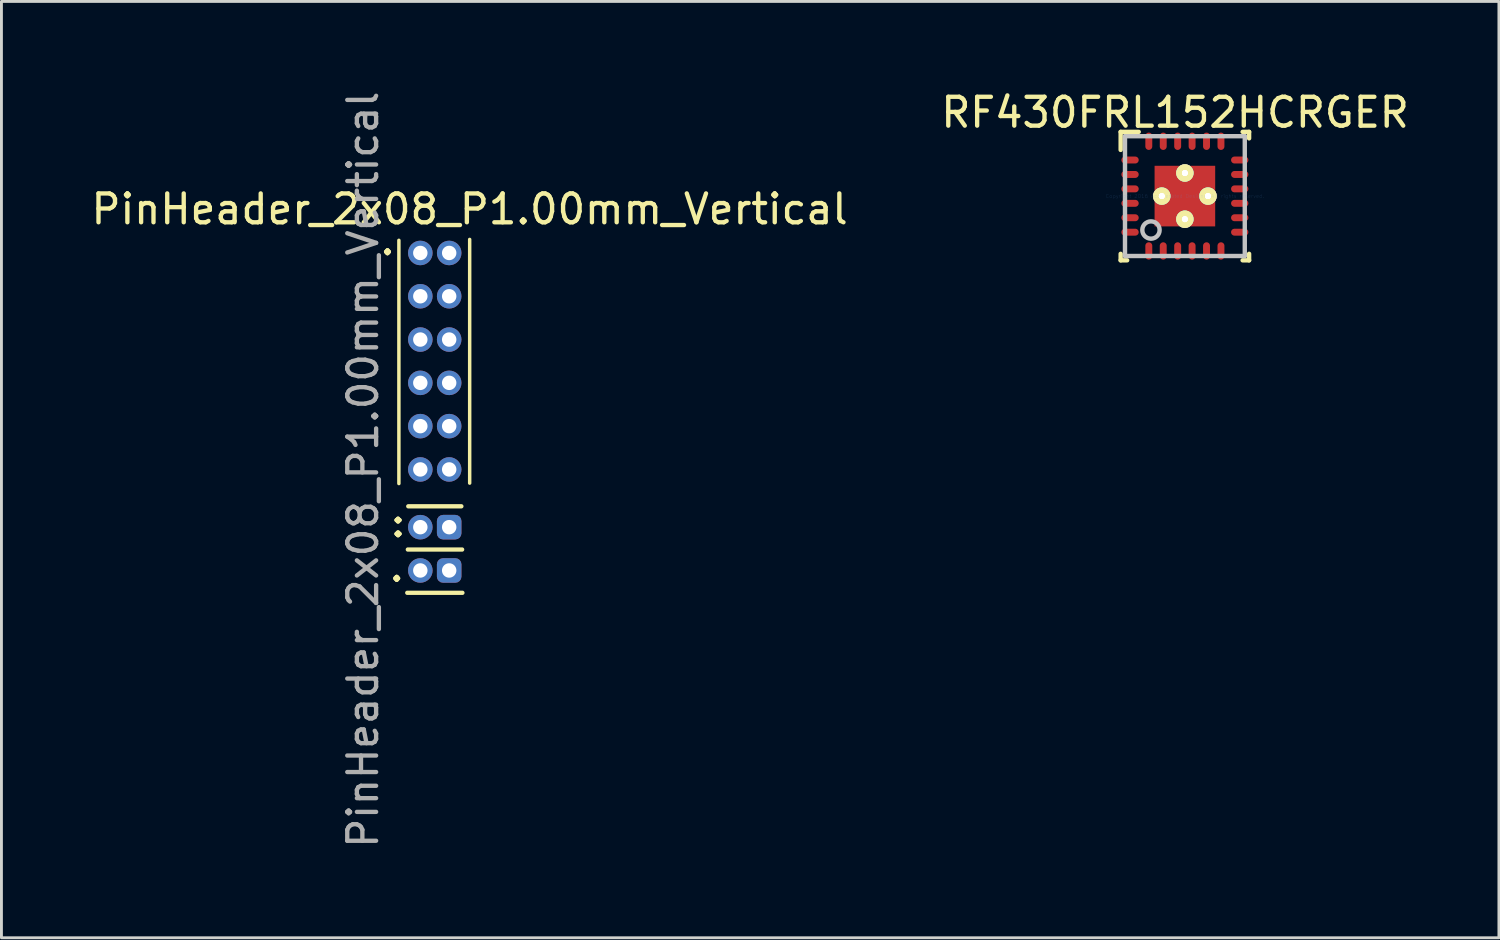
<source format=kicad_pcb>
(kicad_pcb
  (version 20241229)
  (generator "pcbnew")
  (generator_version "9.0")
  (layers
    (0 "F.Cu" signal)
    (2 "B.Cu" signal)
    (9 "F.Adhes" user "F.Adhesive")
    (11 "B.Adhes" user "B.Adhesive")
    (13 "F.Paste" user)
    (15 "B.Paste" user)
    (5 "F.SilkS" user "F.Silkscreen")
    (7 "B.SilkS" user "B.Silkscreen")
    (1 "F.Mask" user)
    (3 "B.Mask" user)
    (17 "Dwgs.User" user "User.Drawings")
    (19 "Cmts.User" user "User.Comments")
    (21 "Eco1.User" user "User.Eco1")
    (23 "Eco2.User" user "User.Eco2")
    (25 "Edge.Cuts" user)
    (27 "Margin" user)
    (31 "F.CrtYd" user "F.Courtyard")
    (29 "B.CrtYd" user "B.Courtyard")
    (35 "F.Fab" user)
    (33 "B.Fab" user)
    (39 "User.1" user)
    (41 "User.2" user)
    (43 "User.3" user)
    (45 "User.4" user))
  (footprint "RF430FRL152HCRGER"
    (layer "F.Cu")
    (at 38.001 3.744)
    (property "Reference" "RF430FRL152HCRGER" (at -0.34 -2.896 0) (layer "F.SilkS") (effects (font (size 1 1) (thickness 0.15))))
    (attr smd)
    (fp_line (start -2.225 -2.225) (end -1.6 -2.225) (stroke (width 0.152) (type solid)) (layer "F.SilkS"))
    (fp_line (start -2.225 -1.6) (end -2.225 -2.225) (stroke (width 0.152) (type solid)) (layer "F.SilkS"))
    (fp_line (start -2.225 2.225) (end -2.225 2) (stroke (width 0.152) (type solid)) (layer "F.SilkS"))
    (fp_line (start -2.225 2.225) (end -2 2.225) (stroke (width 0.152) (type solid)) (layer "F.SilkS"))
    (fp_line (start 2 -2.225) (end 2.225 -2.225) (stroke (width 0.152) (type solid)) (layer "F.SilkS"))
    (fp_line (start 2 2.225) (end 2.225 2.225) (stroke (width 0.152) (type solid)) (layer "F.SilkS"))
    (fp_line (start 2.225 -2) (end 2.225 -2.225) (stroke (width 0.152) (type solid)) (layer "F.SilkS"))
    (fp_line (start 2.225 2.225) (end 2.225 2) (stroke (width 0.152) (type solid)) (layer "F.SilkS"))
    (fp_line (start -2.075 -2.075) (end 2.075 -2.075) (stroke (width 0.152) (type solid)) (layer "Dwgs.User"))
    (fp_line (start -2.075 2.075) (end -2.075 -2.075) (stroke (width 0.152) (type solid)) (layer "Dwgs.User"))
    (fp_line (start -2.075 2.075) (end 2.075 2.075) (stroke (width 0.152) (type solid)) (layer "Dwgs.User"))
    (fp_line (start 2.075 2.075) (end 2.075 -2.075) (stroke (width 0.152) (type solid)) (layer "Dwgs.User"))
    (fp_circle (center -1.175 1.175) (end -0.875 1.175) (stroke (width 0.152) (type solid)) (fill no) (layer "Dwgs.User"))
    (fp_text user "Copyright 2016 Accelerated Designs. All rights reserved." (at 0 0 0) (layer "Cmts.User") (effects (font (size 0.127 0.127) (thickness 0.002))))
    (pad "" smd oval (at -1.9 -1.25 90) (size 0.037 0.397) (layers "F.Paste"))
    (pad "" smd oval (at -1.9 -1.25 90) (size 0.342 0.702) (layers "F.Mask"))
    (pad "" smd oval (at -1.9 -0.75 90) (size 0.037 0.397) (layers "F.Paste"))
    (pad "" smd oval (at -1.9 -0.75 90) (size 0.342 0.702) (layers "F.Mask"))
    (pad "" smd oval (at -1.9 -0.25 90) (size 0.037 0.397) (layers "F.Paste"))
    (pad "" smd oval (at -1.9 -0.25 90) (size 0.342 0.702) (layers "F.Mask"))
    (pad "" smd oval (at -1.9 0.25 90) (size 0.037 0.397) (layers "F.Paste"))
    (pad "" smd oval (at -1.9 0.25 90) (size 0.342 0.702) (layers "F.Mask"))
    (pad "" smd oval (at -1.9 0.75 90) (size 0.037 0.397) (layers "F.Paste"))
    (pad "" smd oval (at -1.9 0.75 90) (size 0.342 0.702) (layers "F.Mask"))
    (pad "" smd oval (at -1.9 1.25 90) (size 0.037 0.397) (layers "F.Paste"))
    (pad "" smd oval (at -1.9 1.25 90) (size 0.342 0.702) (layers "F.Mask"))
    (pad "" smd oval (at -1.25 -1.9) (size 0.037 0.397) (layers "F.Paste"))
    (pad "" smd oval (at -1.25 -1.9) (size 0.342 0.702) (layers "F.Mask"))
    (pad "" smd oval (at -1.25 1.9) (size 0.037 0.397) (layers "F.Paste"))
    (pad "" smd oval (at -1.25 1.9) (size 0.342 0.702) (layers "F.Mask"))
    (pad "" thru_hole circle (at -0.8 0) (size 0.602 0.602) (drill 0.203) (layers "*.Mask" "F.SilkS"))
    (pad "" thru_hole circle (at -0.8 0) (size 0.602 0.602) (drill 0.203) (layers "*.Mask" "F.SilkS"))
    (pad "" smd oval (at -0.75 -1.9) (size 0.037 0.397) (layers "F.Paste"))
    (pad "" smd oval (at -0.75 -1.9) (size 0.342 0.702) (layers "F.Mask"))
    (pad "" smd oval (at -0.75 1.9) (size 0.037 0.397) (layers "F.Paste"))
    (pad "" smd oval (at -0.75 1.9) (size 0.342 0.702) (layers "F.Mask"))
    (pad "" smd oval (at -0.25 -1.9) (size 0.037 0.397) (layers "F.Paste"))
    (pad "" smd oval (at -0.25 -1.9) (size 0.342 0.702) (layers "F.Mask"))
    (pad "" smd oval (at -0.25 1.9) (size 0.037 0.397) (layers "F.Paste"))
    (pad "" smd oval (at -0.25 1.9) (size 0.342 0.702) (layers "F.Mask"))
    (pad "" thru_hole circle (at 0 -0.8) (size 0.602 0.602) (drill 0.203) (layers "*.Mask" "F.SilkS"))
    (pad "" thru_hole circle (at 0 -0.8) (size 0.602 0.602) (drill 0.203) (layers "*.Mask" "F.SilkS"))
    (pad "" smd rect (at 0 0) (size 0.025 0.025) (layers "F.Paste"))
    (pad "" smd rect (at 0 0) (size 2.202 2.202) (layers "F.Mask"))
    (pad "" thru_hole circle (at 0 0.8) (size 0.602 0.602) (drill 0.203) (layers "*.Mask" "F.SilkS"))
    (pad "" thru_hole circle (at 0 0.8) (size 0.602 0.602) (drill 0.203) (layers "*.Mask" "F.SilkS"))
    (pad "" smd oval (at 0.25 -1.9) (size 0.037 0.397) (layers "F.Paste"))
    (pad "" smd oval (at 0.25 -1.9) (size 0.342 0.702) (layers "F.Mask"))
    (pad "" smd oval (at 0.25 1.9) (size 0.037 0.397) (layers "F.Paste"))
    (pad "" smd oval (at 0.25 1.9) (size 0.342 0.702) (layers "F.Mask"))
    (pad "" smd oval (at 0.75 -1.9) (size 0.037 0.397) (layers "F.Paste"))
    (pad "" smd oval (at 0.75 -1.9) (size 0.342 0.702) (layers "F.Mask"))
    (pad "" smd oval (at 0.75 1.9) (size 0.037 0.397) (layers "F.Paste"))
    (pad "" smd oval (at 0.75 1.9) (size 0.342 0.702) (layers "F.Mask"))
    (pad "" thru_hole circle (at 0.8 0) (size 0.602 0.602) (drill 0.203) (layers "*.Mask" "F.SilkS"))
    (pad "" thru_hole circle (at 0.8 0) (size 0.602 0.602) (drill 0.203) (layers "*.Mask" "F.SilkS"))
    (pad "" smd oval (at 1.25 -1.9) (size 0.037 0.397) (layers "F.Paste"))
    (pad "" smd oval (at 1.25 -1.9) (size 0.342 0.702) (layers "F.Mask"))
    (pad "" smd oval (at 1.25 1.9) (size 0.037 0.397) (layers "F.Paste"))
    (pad "" smd oval (at 1.25 1.9) (size 0.342 0.702) (layers "F.Mask"))
    (pad "" smd oval (at 1.9 -1.25 90) (size 0.037 0.397) (layers "F.Paste"))
    (pad "" smd oval (at 1.9 -1.25 90) (size 0.342 0.702) (layers "F.Mask"))
    (pad "" smd oval (at 1.9 -0.75 90) (size 0.037 0.397) (layers "F.Paste"))
    (pad "" smd oval (at 1.9 -0.75 90) (size 0.342 0.702) (layers "F.Mask"))
    (pad "" smd oval (at 1.9 -0.25 90) (size 0.037 0.397) (layers "F.Paste"))
    (pad "" smd oval (at 1.9 -0.25 90) (size 0.342 0.702) (layers "F.Mask"))
    (pad "" smd oval (at 1.9 0.25 90) (size 0.037 0.397) (layers "F.Paste"))
    (pad "" smd oval (at 1.9 0.25 90) (size 0.342 0.702) (layers "F.Mask"))
    (pad "" smd oval (at 1.9 0.75 90) (size 0.037 0.397) (layers "F.Paste"))
    (pad "" smd oval (at 1.9 0.75 90) (size 0.342 0.702) (layers "F.Mask"))
    (pad "" smd oval (at 1.9 1.25 90) (size 0.037 0.397) (layers "F.Paste"))
    (pad "" smd oval (at 1.9 1.25 90) (size 0.342 0.702) (layers "F.Mask"))
    (pad "1" smd oval (at -1.9 -1.25 90) (size 0.24 0.6) (layers "F.Cu"))
    (pad "2" smd oval (at -1.9 -0.75 90) (size 0.24 0.6) (layers "F.Cu"))
    (pad "3" smd oval (at -1.9 -0.25 90) (size 0.24 0.6) (layers "F.Cu"))
    (pad "4" smd oval (at -1.9 0.25 90) (size 0.24 0.6) (layers "F.Cu"))
    (pad "5" smd oval (at -1.9 0.75 90) (size 0.24 0.6) (layers "F.Cu"))
    (pad "6" smd oval (at -1.9 1.25 90) (size 0.24 0.6) (layers "F.Cu"))
    (pad "7" smd oval (at -1.25 1.9) (size 0.24 0.6) (layers "F.Cu"))
    (pad "8" smd oval (at -0.75 1.9) (size 0.24 0.6) (layers "F.Cu"))
    (pad "9" smd oval (at -0.25 1.9) (size 0.24 0.6) (layers "F.Cu"))
    (pad "10" smd oval (at 0.25 1.9) (size 0.24 0.6) (layers "F.Cu"))
    (pad "11" smd oval (at 0.75 1.9) (size 0.24 0.6) (layers "F.Cu"))
    (pad "12" smd oval (at 1.25 1.9) (size 0.24 0.6) (layers "F.Cu"))
    (pad "13" smd oval (at 1.9 1.25 90) (size 0.24 0.6) (layers "F.Cu"))
    (pad "14" smd oval (at 1.9 0.75 90) (size 0.24 0.6) (layers "F.Cu"))
    (pad "15" smd oval (at 1.9 0.25 90) (size 0.24 0.6) (layers "F.Cu"))
    (pad "16" smd oval (at 1.9 -0.25 90) (size 0.24 0.6) (layers "F.Cu"))
    (pad "17" smd oval (at 1.9 -0.75 90) (size 0.24 0.6) (layers "F.Cu"))
    (pad "18" smd oval (at 1.9 -1.25 90) (size 0.24 0.6) (layers "F.Cu"))
    (pad "19" smd oval (at 1.25 -1.9) (size 0.24 0.6) (layers "F.Cu"))
    (pad "20" smd oval (at 0.75 -1.9) (size 0.24 0.6) (layers "F.Cu"))
    (pad "21" smd oval (at 0.25 -1.9) (size 0.24 0.6) (layers "F.Cu"))
    (pad "22" smd oval (at -0.25 -1.9) (size 0.24 0.6) (layers "F.Cu"))
    (pad "23" smd oval (at -0.75 -1.9) (size 0.24 0.6) (layers "F.Cu"))
    (pad "24" smd oval (at -1.25 -1.9) (size 0.24 0.6) (layers "F.Cu"))
    (pad "25" smd rect (at 0 0) (size 2.1 2.1) (layers "F.Cu"))
    (pad "V" thru_hole circle (at -0.8 0) (size 0.5 0.5) (drill 0.203) (layers "*.Cu" "F.SilkS"))
    (pad "V" thru_hole circle (at -0.8 0) (size 0.5 0.5) (drill 0.203) (layers "*.Cu" "F.SilkS"))
    (pad "V" thru_hole circle (at 0 -0.8) (size 0.5 0.5) (drill 0.203) (layers "*.Cu" "F.SilkS"))
    (pad "V" thru_hole circle (at 0 -0.8) (size 0.5 0.5) (drill 0.203) (layers "*.Cu" "F.SilkS"))
    (pad "V" thru_hole circle (at 0 0.8) (size 0.5 0.5) (drill 0.203) (layers "*.Cu" "F.SilkS"))
    (pad "V" thru_hole circle (at 0 0.8) (size 0.5 0.5) (drill 0.203) (layers "*.Cu" "F.SilkS"))
    (pad "V" thru_hole circle (at 0.8 0) (size 0.5 0.5) (drill 0.203) (layers "*.Cu" "F.SilkS"))
    (pad "V" thru_hole circle (at 0.8 0) (size 0.5 0.5) (drill 0.203) (layers "*.Cu" "F.SilkS")))
  (footprint "PinHeader_2x08_P1.00mm_Vertical"
    (layer "F.Cu")
    (at 11.512 7.714)
    (property "Reference" "PinHeader_2x08_P1.00mm_Vertical" (at 1.708 -3.518 0) (layer "F.SilkS") (effects (font (size 1 1) (thickness 0.15))))
    (attr through_hole)
    (fp_line (start -0.742 -2.438) (end -0.742 5.989) (stroke (width 0.12) (type solid)) (layer "F.SilkS"))
    (fp_line (start -0.452 9.774) (end 1.458 9.774) (stroke (width 0.15) (type solid)) (layer "F.SilkS"))
    (fp_line (start -0.432 8.275) (end 1.448 8.275) (stroke (width 0.15) (type solid)) (layer "F.SilkS"))
    (fp_line (start -0.417 6.777) (end 1.422 6.777) (stroke (width 0.15) (type solid)) (layer "F.SilkS"))
    (fp_line (start 1.71 -2.469) (end 1.71 5.974) (stroke (width 0.12) (type solid)) (layer "F.SilkS"))
    (fp_text user ".." (at -1.179 7.493 90) (layer "F.SilkS") (effects (font (size 1 1) (thickness 0.15))))
    (fp_text user "." (at -1.138 -2.449 0) (layer "F.SilkS") (effects (font (size 1 1) (thickness 0.15))))
    (fp_text user "." (at -0.818 8.865 0) (layer "F.SilkS") (effects (font (size 1 1) (thickness 0.15))))
    (fp_text user "${REFERENCE}" (at -1.986 5.507 90) (layer "F.Fab") (effects (font (size 1 1) (thickness 0.15))))
    (pad "1" thru_hole oval (at 0 -2) (size 0.85 0.85) (drill 0.5) (layers "*.Cu" "*.Mask"))
    (pad "2" thru_hole oval (at 0 -0.5) (size 0.85 0.85) (drill 0.5) (layers "*.Cu" "*.Mask"))
    (pad "3" thru_hole oval (at 0 1) (size 0.85 0.85) (drill 0.5) (layers "*.Cu" "*.Mask"))
    (pad "4" thru_hole oval (at 0 2.5) (size 0.85 0.85) (drill 0.5) (layers "*.Cu" "*.Mask"))
    (pad "5" thru_hole oval (at 0 4) (size 0.85 0.85) (drill 0.5) (layers "*.Cu" "*.Mask"))
    (pad "6" thru_hole oval (at 0 5.5) (size 0.85 0.85) (drill 0.5) (layers "*.Cu" "*.Mask"))
    (pad "7" thru_hole oval (at 1 5.5) (size 0.85 0.85) (drill 0.5) (layers "*.Cu" "*.Mask"))
    (pad "8" thru_hole oval (at 1 4) (size 0.85 0.85) (drill 0.5) (layers "*.Cu" "*.Mask"))
    (pad "9" thru_hole oval (at 1 2.5) (size 0.85 0.85) (drill 0.5) (layers "*.Cu" "*.Mask"))
    (pad "10" thru_hole oval (at 1 1) (size 0.85 0.85) (drill 0.5) (layers "*.Cu" "*.Mask"))
    (pad "11" thru_hole oval (at 1 -0.5) (size 0.85 0.85) (drill 0.5) (layers "*.Cu" "*.Mask"))
    (pad "12" thru_hole oval (at 1 -2) (size 0.85 0.85) (drill 0.5) (layers "*.Cu" "*.Mask"))
    (pad "13" thru_hole circle (at 0 7.5) (size 0.85 0.85) (drill 0.5) (layers "*.Cu" "*.Mask"))
    (pad "14" thru_hole roundrect (at 1 7.5) (size 0.85 0.85) (drill 0.5) (layers "*.Cu" "*.Mask") (roundrect_rratio 0.25))
    (pad "15" thru_hole circle (at 0 9) (size 0.85 0.85) (drill 0.5) (layers "*.Cu" "*.Mask"))
    (pad "16" thru_hole roundrect (at 1 9) (size 0.85 0.85) (drill 0.5) (layers "*.Cu" "*.Mask") (roundrect_rratio 0.25)))
  (gr_rect
    (start -3 -3)
    (end 48.881 29.44)
    (stroke (width 0.1) (type default))
    (fill no)
    (layer "Edge.Cuts")))
</source>
